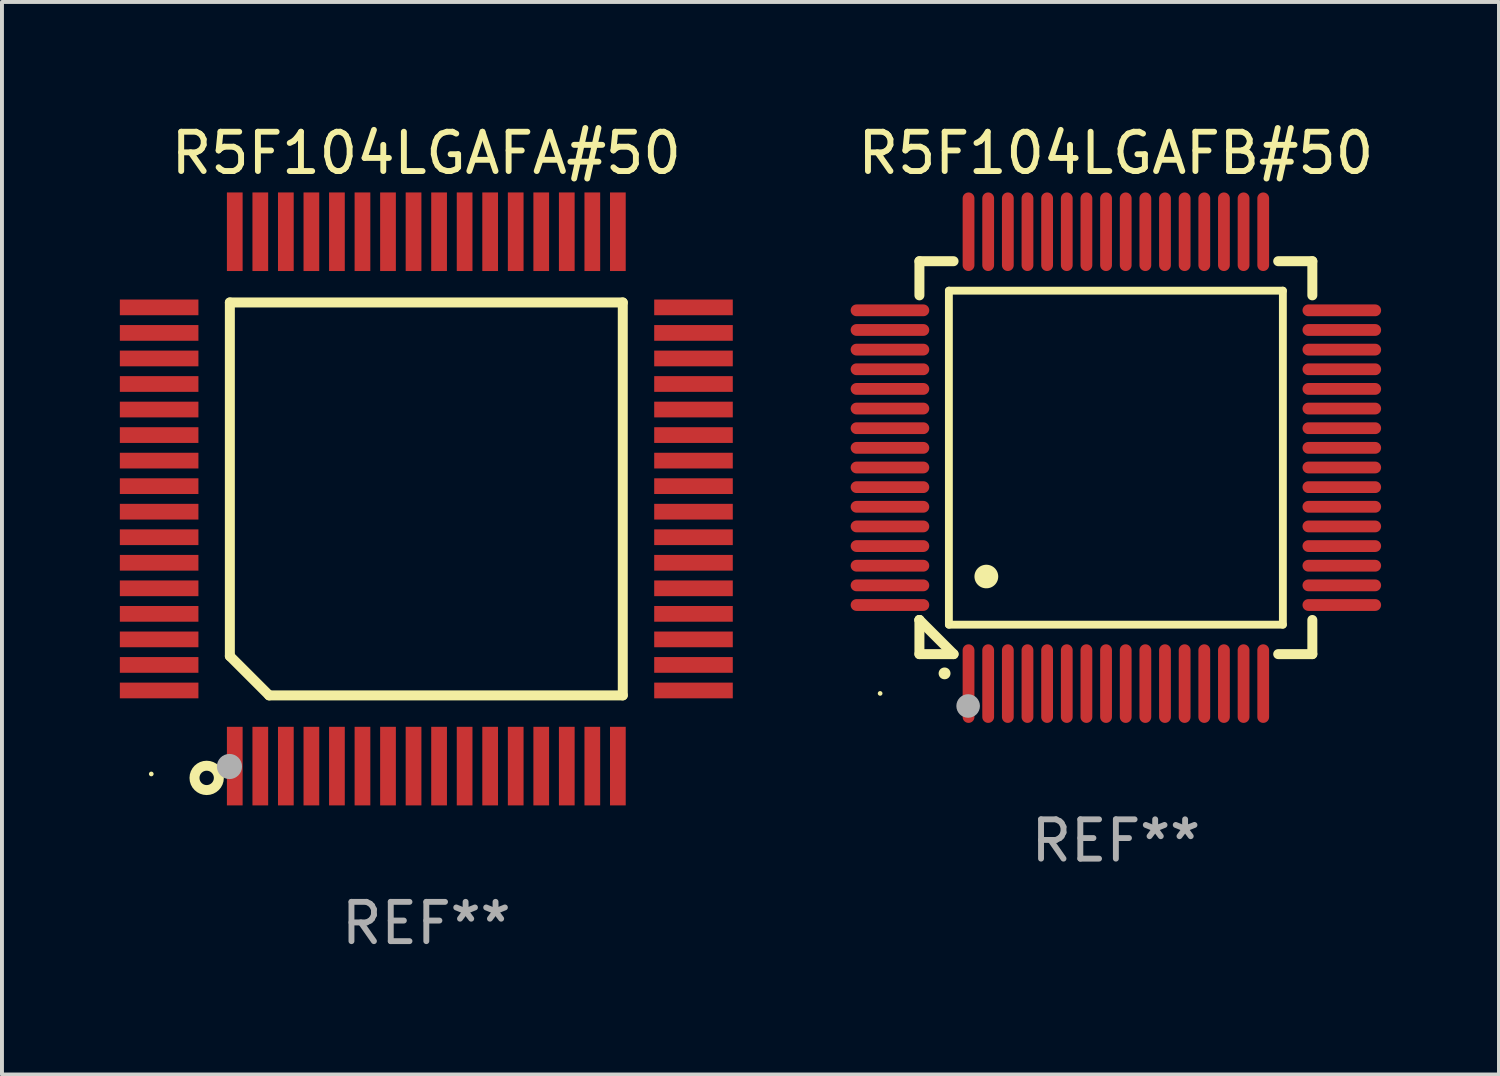
<source format=kicad_pcb>
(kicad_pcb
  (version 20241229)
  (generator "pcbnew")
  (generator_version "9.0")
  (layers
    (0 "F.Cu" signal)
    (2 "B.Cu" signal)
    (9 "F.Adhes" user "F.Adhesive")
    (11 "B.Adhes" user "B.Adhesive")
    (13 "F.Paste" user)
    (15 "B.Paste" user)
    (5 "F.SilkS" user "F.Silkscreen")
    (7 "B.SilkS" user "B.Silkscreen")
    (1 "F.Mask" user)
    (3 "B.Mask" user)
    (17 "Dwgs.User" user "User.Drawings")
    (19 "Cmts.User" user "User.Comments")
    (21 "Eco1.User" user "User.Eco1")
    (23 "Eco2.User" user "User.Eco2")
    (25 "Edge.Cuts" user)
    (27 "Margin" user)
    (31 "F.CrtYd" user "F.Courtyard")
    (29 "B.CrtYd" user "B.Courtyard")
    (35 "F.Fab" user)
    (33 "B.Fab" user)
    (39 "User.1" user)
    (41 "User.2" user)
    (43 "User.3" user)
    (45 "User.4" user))
  (footprint "R5F104LGAFB#50"
    (layer "F.Cu")
    (at 25.35 8.598)
    (property "Reference" "R5F104LGAFB#50" (at 0 -7.75 0) (layer "F.SilkS") (effects (font (size 1 1) (thickness 0.15))))
    (attr through_hole)
    (fp_line (start -5 -5) (end -4.131 -5) (stroke (width 0.254) (type solid)) (layer "F.SilkS"))
    (fp_line (start -5 -4.131) (end -5 -5) (stroke (width 0.254) (type solid)) (layer "F.SilkS"))
    (fp_line (start -5 4.131) (end -5 4.131) (stroke (width 0.254) (type solid)) (layer "F.SilkS"))
    (fp_line (start -5 5) (end -5 4.131) (stroke (width 0.254) (type solid)) (layer "F.SilkS"))
    (fp_line (start -5 4.131) (end -4.131 5) (stroke (width 0.254) (type solid)) (layer "F.SilkS"))
    (fp_line (start -4.25 -4.25) (end -4.25 4.25) (stroke (width 0.2) (type solid)) (layer "F.SilkS"))
    (fp_line (start -4.25 4.25) (end 4.25 4.25) (stroke (width 0.2) (type solid)) (layer "F.SilkS"))
    (fp_line (start -4.131 5) (end -5 5) (stroke (width 0.254) (type solid)) (layer "F.SilkS"))
    (fp_line (start 4.25 -4.25) (end -4.25 -4.25) (stroke (width 0.2) (type solid)) (layer "F.SilkS"))
    (fp_line (start 4.25 4.25) (end 4.25 -4.25) (stroke (width 0.2) (type solid)) (layer "F.SilkS"))
    (fp_line (start 5 -5) (end 4.131 -5) (stroke (width 0.254) (type solid)) (layer "F.SilkS"))
    (fp_line (start 5 -5) (end 5 -4.131) (stroke (width 0.254) (type solid)) (layer "F.SilkS"))
    (fp_line (start 5 4.131) (end 5 5) (stroke (width 0.254) (type solid)) (layer "F.SilkS"))
    (fp_line (start 5 5) (end 4.131 5) (stroke (width 0.254) (type solid)) (layer "F.SilkS"))
    (fp_arc (start -4.361265 5.489992) (mid -4.359995 5.489987) (end -4.358725 5.489992) (stroke (width 0.3) (type solid)) (layer "F.SilkS"))
    (fp_arc (start -3.299467 3.025146) (mid -3.296927 3.025135) (end -3.294387 3.025146) (stroke (width 0.6) (type solid)) (layer "F.SilkS"))
    (fp_circle (center -6 6) (end -5.97 6) (stroke (width 0.06) (type solid)) (fill no) (layer "F.SilkS"))
    (fp_circle (center -3.76 6.32) (end -3.61 6.32) (stroke (width 0.3) (type solid)) (fill no) (layer "F.Fab"))
    (fp_text user "REF**" (at 0 9.75 0) (layer "F.Fab") (effects (font (size 1 1) (thickness 0.15))))
    (pad "1" smd oval (at -3.75 5.75) (size 0.3 2) (layers "F.Cu" "F.Mask" "F.Paste"))
    (pad "2" smd oval (at -3.25 5.75) (size 0.3 2) (layers "F.Cu" "F.Mask" "F.Paste"))
    (pad "3" smd oval (at -2.75 5.75) (size 0.3 2) (layers "F.Cu" "F.Mask" "F.Paste"))
    (pad "4" smd oval (at -2.25 5.75) (size 0.3 2) (layers "F.Cu" "F.Mask" "F.Paste"))
    (pad "5" smd oval (at -1.75 5.75) (size 0.3 2) (layers "F.Cu" "F.Mask" "F.Paste"))
    (pad "6" smd oval (at -1.25 5.75) (size 0.3 2) (layers "F.Cu" "F.Mask" "F.Paste"))
    (pad "7" smd oval (at -0.75 5.75) (size 0.3 2) (layers "F.Cu" "F.Mask" "F.Paste"))
    (pad "8" smd oval (at -0.25 5.75) (size 0.3 2) (layers "F.Cu" "F.Mask" "F.Paste"))
    (pad "9" smd oval (at 0.25 5.75) (size 0.3 2) (layers "F.Cu" "F.Mask" "F.Paste"))
    (pad "10" smd oval (at 0.75 5.75) (size 0.3 2) (layers "F.Cu" "F.Mask" "F.Paste"))
    (pad "11" smd oval (at 1.25 5.75) (size 0.3 2) (layers "F.Cu" "F.Mask" "F.Paste"))
    (pad "12" smd oval (at 1.75 5.75) (size 0.3 2) (layers "F.Cu" "F.Mask" "F.Paste"))
    (pad "13" smd oval (at 2.25 5.75) (size 0.3 2) (layers "F.Cu" "F.Mask" "F.Paste"))
    (pad "14" smd oval (at 2.75 5.75) (size 0.3 2) (layers "F.Cu" "F.Mask" "F.Paste"))
    (pad "15" smd oval (at 3.25 5.75) (size 0.3 2) (layers "F.Cu" "F.Mask" "F.Paste"))
    (pad "16" smd oval (at 3.75 5.75) (size 0.3 2) (layers "F.Cu" "F.Mask" "F.Paste"))
    (pad "17" smd oval (at 5.75 3.75) (size 2 0.3) (layers "F.Cu" "F.Mask" "F.Paste"))
    (pad "18" smd oval (at 5.75 3.25) (size 2 0.3) (layers "F.Cu" "F.Mask" "F.Paste"))
    (pad "19" smd oval (at 5.75 2.75) (size 2 0.3) (layers "F.Cu" "F.Mask" "F.Paste"))
    (pad "20" smd oval (at 5.75 2.25) (size 2 0.3) (layers "F.Cu" "F.Mask" "F.Paste"))
    (pad "21" smd oval (at 5.75 1.75) (size 2 0.3) (layers "F.Cu" "F.Mask" "F.Paste"))
    (pad "22" smd oval (at 5.75 1.25) (size 2 0.3) (layers "F.Cu" "F.Mask" "F.Paste"))
    (pad "23" smd oval (at 5.75 0.75) (size 2 0.3) (layers "F.Cu" "F.Mask" "F.Paste"))
    (pad "24" smd oval (at 5.75 0.25) (size 2 0.3) (layers "F.Cu" "F.Mask" "F.Paste"))
    (pad "25" smd oval (at 5.75 -0.25) (size 2 0.3) (layers "F.Cu" "F.Mask" "F.Paste"))
    (pad "26" smd oval (at 5.75 -0.75) (size 2 0.3) (layers "F.Cu" "F.Mask" "F.Paste"))
    (pad "27" smd oval (at 5.75 -1.25) (size 2 0.3) (layers "F.Cu" "F.Mask" "F.Paste"))
    (pad "28" smd oval (at 5.75 -1.75) (size 2 0.3) (layers "F.Cu" "F.Mask" "F.Paste"))
    (pad "29" smd oval (at 5.75 -2.25) (size 2 0.3) (layers "F.Cu" "F.Mask" "F.Paste"))
    (pad "30" smd oval (at 5.75 -2.75) (size 2 0.3) (layers "F.Cu" "F.Mask" "F.Paste"))
    (pad "31" smd oval (at 5.75 -3.25) (size 2 0.3) (layers "F.Cu" "F.Mask" "F.Paste"))
    (pad "32" smd oval (at 5.75 -3.75) (size 2 0.3) (layers "F.Cu" "F.Mask" "F.Paste"))
    (pad "33" smd oval (at 3.75 -5.75) (size 0.3 2) (layers "F.Cu" "F.Mask" "F.Paste"))
    (pad "34" smd oval (at 3.25 -5.75) (size 0.3 2) (layers "F.Cu" "F.Mask" "F.Paste"))
    (pad "35" smd oval (at 2.75 -5.75) (size 0.3 2) (layers "F.Cu" "F.Mask" "F.Paste"))
    (pad "36" smd oval (at 2.25 -5.75) (size 0.3 2) (layers "F.Cu" "F.Mask" "F.Paste"))
    (pad "37" smd oval (at 1.75 -5.75) (size 0.3 2) (layers "F.Cu" "F.Mask" "F.Paste"))
    (pad "38" smd oval (at 1.25 -5.75) (size 0.3 2) (layers "F.Cu" "F.Mask" "F.Paste"))
    (pad "39" smd oval (at 0.75 -5.75) (size 0.3 2) (layers "F.Cu" "F.Mask" "F.Paste"))
    (pad "40" smd oval (at 0.25 -5.75) (size 0.3 2) (layers "F.Cu" "F.Mask" "F.Paste"))
    (pad "41" smd oval (at -0.25 -5.75) (size 0.3 2) (layers "F.Cu" "F.Mask" "F.Paste"))
    (pad "42" smd oval (at -0.75 -5.75) (size 0.3 2) (layers "F.Cu" "F.Mask" "F.Paste"))
    (pad "43" smd oval (at -1.25 -5.75) (size 0.3 2) (layers "F.Cu" "F.Mask" "F.Paste"))
    (pad "44" smd oval (at -1.75 -5.75) (size 0.3 2) (layers "F.Cu" "F.Mask" "F.Paste"))
    (pad "45" smd oval (at -2.25 -5.75) (size 0.3 2) (layers "F.Cu" "F.Mask" "F.Paste"))
    (pad "46" smd oval (at -2.75 -5.75) (size 0.3 2) (layers "F.Cu" "F.Mask" "F.Paste"))
    (pad "47" smd oval (at -3.25 -5.75) (size 0.3 2) (layers "F.Cu" "F.Mask" "F.Paste"))
    (pad "48" smd oval (at -3.75 -5.75) (size 0.3 2) (layers "F.Cu" "F.Mask" "F.Paste"))
    (pad "49" smd oval (at -5.75 -3.75) (size 2 0.3) (layers "F.Cu" "F.Mask" "F.Paste"))
    (pad "50" smd oval (at -5.75 -3.25) (size 2 0.3) (layers "F.Cu" "F.Mask" "F.Paste"))
    (pad "51" smd oval (at -5.75 -2.75) (size 2 0.3) (layers "F.Cu" "F.Mask" "F.Paste"))
    (pad "52" smd oval (at -5.75 -2.25) (size 2 0.3) (layers "F.Cu" "F.Mask" "F.Paste"))
    (pad "53" smd oval (at -5.75 -1.75) (size 2 0.3) (layers "F.Cu" "F.Mask" "F.Paste"))
    (pad "54" smd oval (at -5.75 -1.25) (size 2 0.3) (layers "F.Cu" "F.Mask" "F.Paste"))
    (pad "55" smd oval (at -5.75 -0.75) (size 2 0.3) (layers "F.Cu" "F.Mask" "F.Paste"))
    (pad "56" smd oval (at -5.75 -0.25) (size 2 0.3) (layers "F.Cu" "F.Mask" "F.Paste"))
    (pad "57" smd oval (at -5.75 0.25) (size 2 0.3) (layers "F.Cu" "F.Mask" "F.Paste"))
    (pad "58" smd oval (at -5.75 0.75) (size 2 0.3) (layers "F.Cu" "F.Mask" "F.Paste"))
    (pad "59" smd oval (at -5.75 1.25) (size 2 0.3) (layers "F.Cu" "F.Mask" "F.Paste"))
    (pad "60" smd oval (at -5.75 1.75) (size 2 0.3) (layers "F.Cu" "F.Mask" "F.Paste"))
    (pad "61" smd oval (at -5.75 2.25) (size 2 0.3) (layers "F.Cu" "F.Mask" "F.Paste"))
    (pad "62" smd oval (at -5.75 2.75) (size 2 0.3) (layers "F.Cu" "F.Mask" "F.Paste"))
    (pad "63" smd oval (at -5.75 3.25) (size 2 0.3) (layers "F.Cu" "F.Mask" "F.Paste"))
    (pad "64" smd oval (at -5.75 3.75) (size 2 0.3) (layers "F.Cu" "F.Mask" "F.Paste")))
  (footprint "R5F104LGAFA#50"
    (layer "F.Cu")
    (at 7.8 9.648)
    (property "Reference" "R5F104LGAFA#50" (at 0 -8.8 0) (layer "F.SilkS") (effects (font (size 1 1) (thickness 0.15))))
    (attr through_hole)
    (fp_line (start -5 -5) (end 5 -5) (stroke (width 0.254) (type solid)) (layer "F.SilkS"))
    (fp_line (start -5 4) (end -5 -5) (stroke (width 0.254) (type solid)) (layer "F.SilkS"))
    (fp_line (start -4 5) (end -5 4) (stroke (width 0.254) (type solid)) (layer "F.SilkS"))
    (fp_line (start 5 -5) (end 5 5) (stroke (width 0.254) (type solid)) (layer "F.SilkS"))
    (fp_line (start 5 5) (end -4 5) (stroke (width 0.254) (type solid)) (layer "F.SilkS"))
    (fp_circle (center -7 7) (end -6.97 7) (stroke (width 0.06) (type solid)) (fill no) (layer "F.SilkS"))
    (fp_circle (center -5.59 7.1) (end -5.28 7.1) (stroke (width 0.254) (type solid)) (fill no) (layer "F.SilkS"))
    (fp_circle (center -5.01 6.81) (end -4.85 6.81) (stroke (width 0.32) (type solid)) (fill no) (layer "F.Fab"))
    (fp_text user "REF**" (at 0 10.8 0) (layer "F.Fab") (effects (font (size 1 1) (thickness 0.15))))
    (pad "1" smd rect (at -4.875 6.8) (size 0.4 2) (layers "F.Cu" "F.Mask" "F.Paste"))
    (pad "2" smd rect (at -4.225 6.8) (size 0.4 2) (layers "F.Cu" "F.Mask" "F.Paste"))
    (pad "3" smd rect (at -3.575 6.8) (size 0.4 2) (layers "F.Cu" "F.Mask" "F.Paste"))
    (pad "4" smd rect (at -2.925 6.8) (size 0.4 2) (layers "F.Cu" "F.Mask" "F.Paste"))
    (pad "5" smd rect (at -2.275 6.8) (size 0.4 2) (layers "F.Cu" "F.Mask" "F.Paste"))
    (pad "6" smd rect (at -1.625 6.8) (size 0.4 2) (layers "F.Cu" "F.Mask" "F.Paste"))
    (pad "7" smd rect (at -0.975 6.8) (size 0.4 2) (layers "F.Cu" "F.Mask" "F.Paste"))
    (pad "8" smd rect (at -0.325 6.8) (size 0.4 2) (layers "F.Cu" "F.Mask" "F.Paste"))
    (pad "9" smd rect (at 0.325 6.8) (size 0.4 2) (layers "F.Cu" "F.Mask" "F.Paste"))
    (pad "10" smd rect (at 0.975 6.8) (size 0.4 2) (layers "F.Cu" "F.Mask" "F.Paste"))
    (pad "11" smd rect (at 1.625 6.8) (size 0.4 2) (layers "F.Cu" "F.Mask" "F.Paste"))
    (pad "12" smd rect (at 2.275 6.8) (size 0.4 2) (layers "F.Cu" "F.Mask" "F.Paste"))
    (pad "13" smd rect (at 2.925 6.8) (size 0.4 2) (layers "F.Cu" "F.Mask" "F.Paste"))
    (pad "14" smd rect (at 3.575 6.8) (size 0.4 2) (layers "F.Cu" "F.Mask" "F.Paste"))
    (pad "15" smd rect (at 4.225 6.8) (size 0.4 2) (layers "F.Cu" "F.Mask" "F.Paste"))
    (pad "16" smd rect (at 4.875 6.8) (size 0.4 2) (layers "F.Cu" "F.Mask" "F.Paste"))
    (pad "17" smd rect (at 6.8 4.875) (size 2 0.4) (layers "F.Cu" "F.Mask" "F.Paste"))
    (pad "18" smd rect (at 6.8 4.225) (size 2 0.4) (layers "F.Cu" "F.Mask" "F.Paste"))
    (pad "19" smd rect (at 6.8 3.575) (size 2 0.4) (layers "F.Cu" "F.Mask" "F.Paste"))
    (pad "20" smd rect (at 6.8 2.925) (size 2 0.4) (layers "F.Cu" "F.Mask" "F.Paste"))
    (pad "21" smd rect (at 6.8 2.275) (size 2 0.4) (layers "F.Cu" "F.Mask" "F.Paste"))
    (pad "22" smd rect (at 6.8 1.625) (size 2 0.4) (layers "F.Cu" "F.Mask" "F.Paste"))
    (pad "23" smd rect (at 6.8 0.975) (size 2 0.4) (layers "F.Cu" "F.Mask" "F.Paste"))
    (pad "24" smd rect (at 6.8 0.325) (size 2 0.4) (layers "F.Cu" "F.Mask" "F.Paste"))
    (pad "25" smd rect (at 6.8 -0.325) (size 2 0.4) (layers "F.Cu" "F.Mask" "F.Paste"))
    (pad "26" smd rect (at 6.8 -0.975) (size 2 0.4) (layers "F.Cu" "F.Mask" "F.Paste"))
    (pad "27" smd rect (at 6.8 -1.625) (size 2 0.4) (layers "F.Cu" "F.Mask" "F.Paste"))
    (pad "28" smd rect (at 6.8 -2.275) (size 2 0.4) (layers "F.Cu" "F.Mask" "F.Paste"))
    (pad "29" smd rect (at 6.8 -2.925) (size 2 0.4) (layers "F.Cu" "F.Mask" "F.Paste"))
    (pad "30" smd rect (at 6.8 -3.575) (size 2 0.4) (layers "F.Cu" "F.Mask" "F.Paste"))
    (pad "31" smd rect (at 6.8 -4.225) (size 2 0.4) (layers "F.Cu" "F.Mask" "F.Paste"))
    (pad "32" smd rect (at 6.8 -4.875) (size 2 0.4) (layers "F.Cu" "F.Mask" "F.Paste"))
    (pad "33" smd rect (at 4.875 -6.8) (size 0.4 2) (layers "F.Cu" "F.Mask" "F.Paste"))
    (pad "34" smd rect (at 4.225 -6.8) (size 0.4 2) (layers "F.Cu" "F.Mask" "F.Paste"))
    (pad "35" smd rect (at 3.575 -6.8) (size 0.4 2) (layers "F.Cu" "F.Mask" "F.Paste"))
    (pad "36" smd rect (at 2.925 -6.8) (size 0.4 2) (layers "F.Cu" "F.Mask" "F.Paste"))
    (pad "37" smd rect (at 2.275 -6.8) (size 0.4 2) (layers "F.Cu" "F.Mask" "F.Paste"))
    (pad "38" smd rect (at 1.625 -6.8) (size 0.4 2) (layers "F.Cu" "F.Mask" "F.Paste"))
    (pad "39" smd rect (at 0.975 -6.8) (size 0.4 2) (layers "F.Cu" "F.Mask" "F.Paste"))
    (pad "40" smd rect (at 0.325 -6.8) (size 0.4 2) (layers "F.Cu" "F.Mask" "F.Paste"))
    (pad "41" smd rect (at -0.325 -6.8) (size 0.4 2) (layers "F.Cu" "F.Mask" "F.Paste"))
    (pad "42" smd rect (at -0.975 -6.8) (size 0.4 2) (layers "F.Cu" "F.Mask" "F.Paste"))
    (pad "43" smd rect (at -1.625 -6.8) (size 0.4 2) (layers "F.Cu" "F.Mask" "F.Paste"))
    (pad "44" smd rect (at -2.275 -6.8) (size 0.4 2) (layers "F.Cu" "F.Mask" "F.Paste"))
    (pad "45" smd rect (at -2.925 -6.8) (size 0.4 2) (layers "F.Cu" "F.Mask" "F.Paste"))
    (pad "46" smd rect (at -3.575 -6.8) (size 0.4 2) (layers "F.Cu" "F.Mask" "F.Paste"))
    (pad "47" smd rect (at -4.225 -6.8) (size 0.4 2) (layers "F.Cu" "F.Mask" "F.Paste"))
    (pad "48" smd rect (at -4.875 -6.8) (size 0.4 2) (layers "F.Cu" "F.Mask" "F.Paste"))
    (pad "49" smd rect (at -6.8 -4.875) (size 2 0.4) (layers "F.Cu" "F.Mask" "F.Paste"))
    (pad "50" smd rect (at -6.8 -4.225) (size 2 0.4) (layers "F.Cu" "F.Mask" "F.Paste"))
    (pad "51" smd rect (at -6.8 -3.575) (size 2 0.4) (layers "F.Cu" "F.Mask" "F.Paste"))
    (pad "52" smd rect (at -6.8 -2.925) (size 2 0.4) (layers "F.Cu" "F.Mask" "F.Paste"))
    (pad "53" smd rect (at -6.8 -2.275) (size 2 0.4) (layers "F.Cu" "F.Mask" "F.Paste"))
    (pad "54" smd rect (at -6.8 -1.625) (size 2 0.4) (layers "F.Cu" "F.Mask" "F.Paste"))
    (pad "55" smd rect (at -6.8 -0.975) (size 2 0.4) (layers "F.Cu" "F.Mask" "F.Paste"))
    (pad "56" smd rect (at -6.8 -0.325) (size 2 0.4) (layers "F.Cu" "F.Mask" "F.Paste"))
    (pad "57" smd rect (at -6.8 0.325) (size 2 0.4) (layers "F.Cu" "F.Mask" "F.Paste"))
    (pad "58" smd rect (at -6.8 0.975) (size 2 0.4) (layers "F.Cu" "F.Mask" "F.Paste"))
    (pad "59" smd rect (at -6.8 1.625) (size 2 0.4) (layers "F.Cu" "F.Mask" "F.Paste"))
    (pad "60" smd rect (at -6.8 2.275) (size 2 0.4) (layers "F.Cu" "F.Mask" "F.Paste"))
    (pad "61" smd rect (at -6.8 2.925) (size 2 0.4) (layers "F.Cu" "F.Mask" "F.Paste"))
    (pad "62" smd rect (at -6.8 3.575) (size 2 0.4) (layers "F.Cu" "F.Mask" "F.Paste"))
    (pad "63" smd rect (at -6.8 4.225) (size 2 0.4) (layers "F.Cu" "F.Mask" "F.Paste"))
    (pad "64" smd rect (at -6.8 4.875) (size 2 0.4) (layers "F.Cu" "F.Mask" "F.Paste")))
  (gr_rect
    (start -3 -3)
    (end 35.1 24.297)
    (stroke (width 0.1) (type default))
    (fill no)
    (layer "Edge.Cuts")))
</source>
